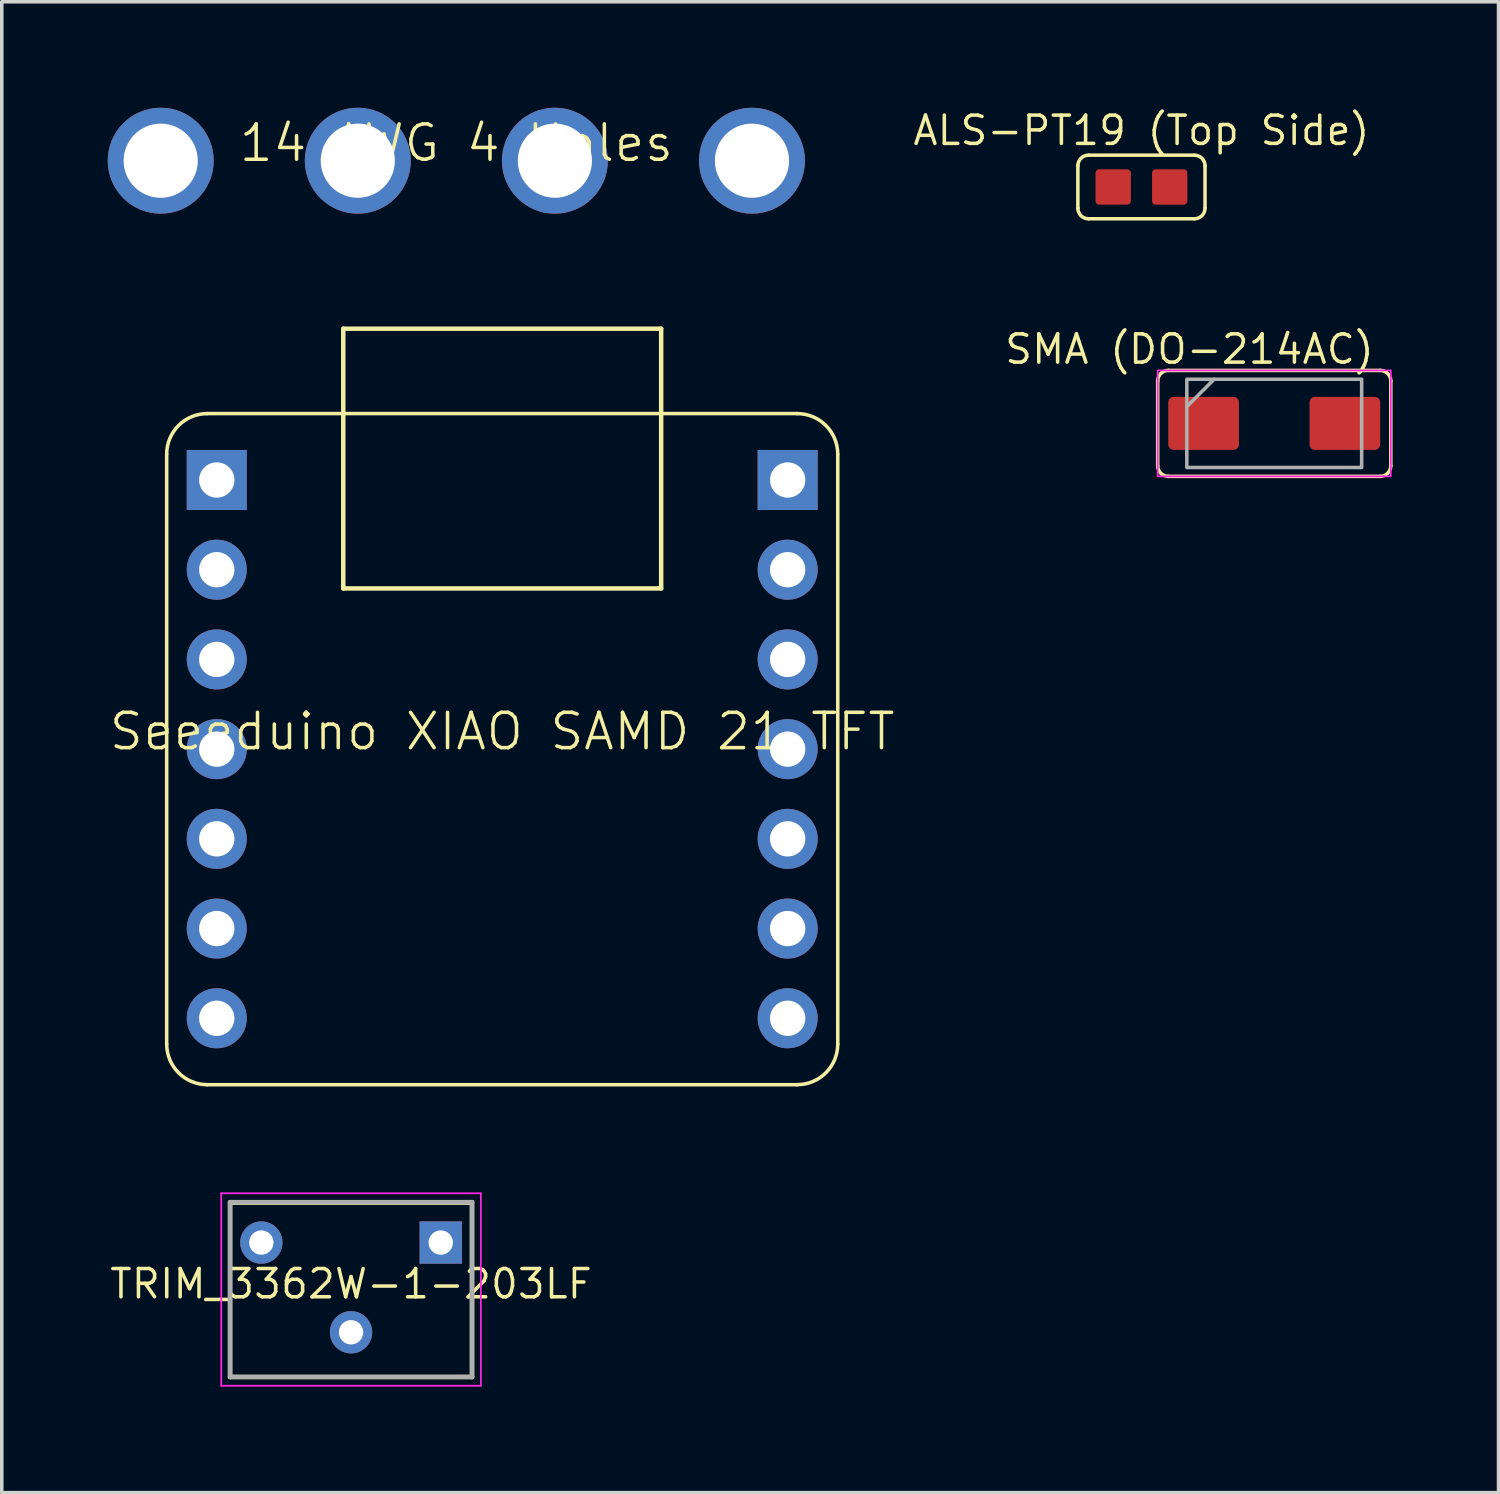
<source format=kicad_pcb>
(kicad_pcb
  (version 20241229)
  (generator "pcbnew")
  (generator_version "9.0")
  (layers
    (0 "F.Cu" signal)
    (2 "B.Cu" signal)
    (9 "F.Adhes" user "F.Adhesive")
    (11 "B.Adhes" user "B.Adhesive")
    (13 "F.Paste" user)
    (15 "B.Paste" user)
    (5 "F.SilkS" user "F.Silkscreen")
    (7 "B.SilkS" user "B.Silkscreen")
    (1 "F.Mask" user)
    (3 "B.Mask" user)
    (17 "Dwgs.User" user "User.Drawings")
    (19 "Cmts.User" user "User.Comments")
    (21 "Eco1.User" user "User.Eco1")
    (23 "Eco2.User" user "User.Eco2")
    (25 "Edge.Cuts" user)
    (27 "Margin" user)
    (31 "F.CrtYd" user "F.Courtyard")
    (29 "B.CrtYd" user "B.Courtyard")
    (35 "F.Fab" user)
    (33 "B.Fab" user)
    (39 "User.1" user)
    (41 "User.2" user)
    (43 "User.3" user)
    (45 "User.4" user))
  (footprint "SMA (DO-214AC)"
    (layer "F.Cu")
    (at 33.027 8.937)
    (property "Reference" "SMA (DO-214AC)" (at -2.4 -2.1 0) (layer "F.SilkS") (effects (font (size 0.8 0.8) (thickness 0.1))))
    (attr smd)
    (fp_line (start -3.3 -1.2) (end -3.3 1.2) (stroke (width 0.1) (type default)) (layer "F.SilkS"))
    (fp_line (start -3 1.5) (end 3 1.5) (stroke (width 0.1) (type default)) (layer "F.SilkS"))
    (fp_line (start 3 -1.5) (end -3 -1.5) (stroke (width 0.1) (type default)) (layer "F.SilkS"))
    (fp_line (start 3.3 1.2) (end 3.3 -1.2) (stroke (width 0.1) (type default)) (layer "F.SilkS"))
    (fp_arc (start -3.3 -1.2) (mid -3.212132 -1.412132) (end -3 -1.5) (stroke (width 0.1) (type default)) (layer "F.SilkS"))
    (fp_arc (start -3 1.5) (mid -3.212132 1.412132) (end -3.3 1.2) (stroke (width 0.1) (type default)) (layer "F.SilkS"))
    (fp_arc (start 3 -1.5) (mid 3.212132 -1.412132) (end 3.3 -1.2) (stroke (width 0.1) (type default)) (layer "F.SilkS"))
    (fp_arc (start 3.3 1.2) (mid 3.212132 1.412132) (end 3 1.5) (stroke (width 0.1) (type default)) (layer "F.SilkS"))
    (fp_rect (start -3.3 -1.5) (end 3.3 1.5) (stroke (width 0.05) (type solid)) (fill no) (layer "F.CrtYd"))
    (fp_line (start -2.475 -0.475) (end -1.7 -1.25) (stroke (width 0.1) (type solid)) (layer "F.Fab"))
    (fp_rect (start -2.475 -1.25) (end 2.475 1.25) (stroke (width 0.1) (type solid)) (fill no) (layer "F.Fab"))
    (pad "1" smd roundrect (at -2 0 90) (size 1.5 2) (layers "F.Cu" "F.Mask" "F.Paste") (roundrect_rratio 0.1))
    (pad "2" smd roundrect (at 2 0 90) (size 1.5 2) (layers "F.Cu" "F.Mask" "F.Paste") (roundrect_rratio 0.1)))
  (footprint "TRIM_3362W-1-203LF"
    (layer "F.Cu")
    (at 6.889 33.4)
    (property "Reference" "TRIM_3362W-1-203LF" (at 0 -0.1 0) (layer "F.SilkS") (effects (font (size 0.8 0.8) (thickness 0.1))))
    (attr through_hole)
    (fp_line (start -3.425 -2.4) (end -3.425 2.535) (stroke (width 0.127) (type solid)) (layer "F.SilkS"))
    (fp_line (start -3.425 2.535) (end 3.425 2.535) (stroke (width 0.127) (type solid)) (layer "F.SilkS"))
    (fp_line (start 3.425 -2.4) (end -3.425 -2.4) (stroke (width 0.127) (type solid)) (layer "F.SilkS"))
    (fp_line (start 3.425 2.535) (end 3.425 -2.4) (stroke (width 0.127) (type solid)) (layer "F.SilkS"))
    (fp_line (start -3.675 -2.665) (end -3.675 2.785) (stroke (width 0.05) (type solid)) (layer "F.CrtYd"))
    (fp_line (start -3.675 2.785) (end 3.675 2.785) (stroke (width 0.05) (type solid)) (layer "F.CrtYd"))
    (fp_line (start 3.675 -2.665) (end -3.675 -2.665) (stroke (width 0.05) (type solid)) (layer "F.CrtYd"))
    (fp_line (start 3.675 2.785) (end 3.675 -2.665) (stroke (width 0.05) (type solid)) (layer "F.CrtYd"))
    (fp_line (start -3.425 -2.415) (end -3.425 2.535) (stroke (width 0.127) (type solid)) (layer "F.Fab"))
    (fp_line (start -3.425 2.535) (end 3.425 2.535) (stroke (width 0.127) (type solid)) (layer "F.Fab"))
    (fp_line (start 3.425 -2.415) (end -3.425 -2.415) (stroke (width 0.127) (type solid)) (layer "F.Fab"))
    (fp_line (start 3.425 2.535) (end 3.425 -2.415) (stroke (width 0.127) (type solid)) (layer "F.Fab"))
    (pad "1" thru_hole rect (at 2.54 -1.27) (size 1.198 1.198) (drill 0.69) (layers "*.Cu" "*.Mask"))
    (pad "2" thru_hole circle (at 0 1.27) (size 1.198 1.198) (drill 0.69) (layers "*.Cu" "*.Mask"))
    (pad "3" thru_hole circle (at -2.54 -1.27) (size 1.198 1.198) (drill 0.69) (layers "*.Cu" "*.Mask")))
  (footprint "Seeeduino XIAO SAMD 21 TFT"
    (layer "F.Cu")
    (at 11.169 18.16)
    (property "Reference" "Seeeduino XIAO SAMD 21 TFT" (at 0 -0.5 0) (unlocked yes) (layer "F.SilkS") (effects (font (size 1 1) (thickness 0.1))))
    (attr smd)
    (fp_line (start -9.5 -8.35) (end -9.5 8.35) (stroke (width 0.1) (type default)) (layer "F.SilkS"))
    (fp_line (start -8.35 9.5) (end 8.35 9.5) (stroke (width 0.1) (type default)) (layer "F.SilkS"))
    (fp_line (start -4.5 -4.55) (end -4.5 -11.903) (stroke (width 0.127) (type solid)) (layer "F.SilkS"))
    (fp_line (start -4.495 -11.903) (end 4.5 -11.903) (stroke (width 0.127) (type solid)) (layer "F.SilkS"))
    (fp_line (start 4.5 -11.903) (end 4.5 -4.55) (stroke (width 0.127) (type solid)) (layer "F.SilkS"))
    (fp_line (start 4.5 -4.55) (end -4.5 -4.55) (stroke (width 0.127) (type solid)) (layer "F.SilkS"))
    (fp_line (start 8.35 -9.5) (end -8.35 -9.5) (stroke (width 0.1) (type default)) (layer "F.SilkS"))
    (fp_line (start 9.5 8.35) (end 9.5 -8.35) (stroke (width 0.1) (type default)) (layer "F.SilkS"))
    (fp_arc (start -9.5 -8.35) (mid -9.163173 -9.163173) (end -8.35 -9.5) (stroke (width 0.1) (type default)) (layer "F.SilkS"))
    (fp_arc (start -8.349999 9.499999) (mid -9.163172 9.163172) (end -9.499999 8.349999) (stroke (width 0.1) (type default)) (layer "F.SilkS"))
    (fp_arc (start 8.349999 -9.499999) (mid 9.163172 -9.163172) (end 9.499999 -8.349999) (stroke (width 0.1) (type default)) (layer "F.SilkS"))
    (fp_arc (start 9.499999 8.349999) (mid 9.163172 9.163172) (end 8.349999 9.499999) (stroke (width 0.1) (type default)) (layer "F.SilkS"))
    (pad "1" thru_hole rect (at -8.082 -7.62) (size 1.7 1.7) (drill 1) (layers "*.Cu" "*.Mask"))
    (pad "2" thru_hole oval (at -8.082 -5.08) (size 1.7 1.7) (drill 1) (layers "*.Cu" "*.Mask"))
    (pad "3" thru_hole oval (at -8.082 -2.54) (size 1.7 1.7) (drill 1) (layers "*.Cu" "*.Mask"))
    (pad "4" thru_hole oval (at -8.082 0) (size 1.7 1.7) (drill 1) (layers "*.Cu" "*.Mask"))
    (pad "5" thru_hole oval (at -8.082 2.54) (size 1.7 1.7) (drill 1) (layers "*.Cu" "*.Mask"))
    (pad "6" thru_hole oval (at -8.082 5.08) (size 1.7 1.7) (drill 1) (layers "*.Cu" "*.Mask"))
    (pad "7" thru_hole oval (at -8.082 7.62) (size 1.7 1.7) (drill 1) (layers "*.Cu" "*.Mask"))
    (pad "8" thru_hole oval (at 8.082 7.62) (size 1.7 1.7) (drill 1) (layers "*.Cu" "*.Mask"))
    (pad "9" thru_hole oval (at 8.082 5.08) (size 1.7 1.7) (drill 1) (layers "*.Cu" "*.Mask"))
    (pad "10" thru_hole oval (at 8.082 2.54) (size 1.7 1.7) (drill 1) (layers "*.Cu" "*.Mask"))
    (pad "11" thru_hole oval (at 8.082 0) (size 1.7 1.7) (drill 1) (layers "*.Cu" "*.Mask"))
    (pad "12" thru_hole oval (at 8.082 -2.54) (size 1.7 1.7) (drill 1) (layers "*.Cu" "*.Mask"))
    (pad "13" thru_hole oval (at 8.082 -5.08) (size 1.7 1.7) (drill 1) (layers "*.Cu" "*.Mask"))
    (pad "14" thru_hole rect (at 8.082 -7.62) (size 1.7 1.7) (drill 1) (layers "*.Cu" "*.Mask")))
  (footprint "14 AWG 4 Holes"
    (layer "F.Cu")
    (at 9.87 1.5)
    (property "Reference" "14 AWG 4 Holes" (at 0 -0.5 0) (unlocked yes) (layer "F.SilkS") (effects (font (size 1 1) (thickness 0.1))))
    (attr through_hole)
    (pad "1" thru_hole circle (at -8.37 0) (size 3 3) (drill 2.1) (layers "*.Cu" "*.Mask" "Eco1.User"))
    (pad "2" thru_hole circle (at -2.79 0) (size 3 3) (drill 2.1) (layers "*.Cu" "*.Mask" "Eco1.User"))
    (pad "3" thru_hole circle (at 2.79 0) (size 3 3) (drill 2.1) (layers "*.Cu" "*.Mask" "Eco1.User"))
    (pad "4" thru_hole circle (at 8.37 0) (size 3 3) (drill 2.1) (layers "*.Cu" "*.Mask" "Eco1.User")))
  (footprint "ALS-PT19 (Top Side)"
    (layer "F.Cu")
    (at 29.267 2.244)
    (property "Reference" "ALS-PT19 (Top Side)" (at 0 -1.6 0) (unlocked yes) (layer "F.SilkS") (effects (font (size 0.8 0.8) (thickness 0.1))))
    (attr smd)
    (fp_line (start -1.8 0.6) (end -1.8 -0.6) (stroke (width 0.1) (type default)) (layer "F.SilkS"))
    (fp_line (start -1.5 -0.9) (end 1.5 -0.9) (stroke (width 0.1) (type default)) (layer "F.SilkS"))
    (fp_line (start -1.5 0.9) (end 1.5 0.9) (stroke (width 0.1) (type default)) (layer "F.SilkS"))
    (fp_line (start 1.8 -0.6) (end 1.8 0.6) (stroke (width 0.1) (type default)) (layer "F.SilkS"))
    (fp_arc (start -1.8 -0.6) (mid -1.712132 -0.812132) (end -1.5 -0.9) (stroke (width 0.1) (type default)) (layer "F.SilkS"))
    (fp_arc (start -1.5 0.9) (mid -1.712132 0.812132) (end -1.8 0.6) (stroke (width 0.1) (type default)) (layer "F.SilkS"))
    (fp_arc (start 1.5 -0.9) (mid 1.712132 -0.812132) (end 1.8 -0.6) (stroke (width 0.1) (type default)) (layer "F.SilkS"))
    (fp_arc (start 1.8 0.6) (mid 1.712132 0.812132) (end 1.5 0.9) (stroke (width 0.1) (type default)) (layer "F.SilkS"))
    (pad "1" smd roundrect (at -0.8 0) (size 1 1) (layers "F.Cu" "F.Mask") (roundrect_rratio 0.1))
    (pad "2" smd roundrect (at 0.8 0) (size 1 1) (layers "F.Cu" "F.Mask") (roundrect_rratio 0.1)))
  (gr_rect
    (start -3 -3)
    (end 39.377 39.21)
    (stroke (width 0.1) (type default))
    (fill no)
    (layer "Edge.Cuts")))
</source>
